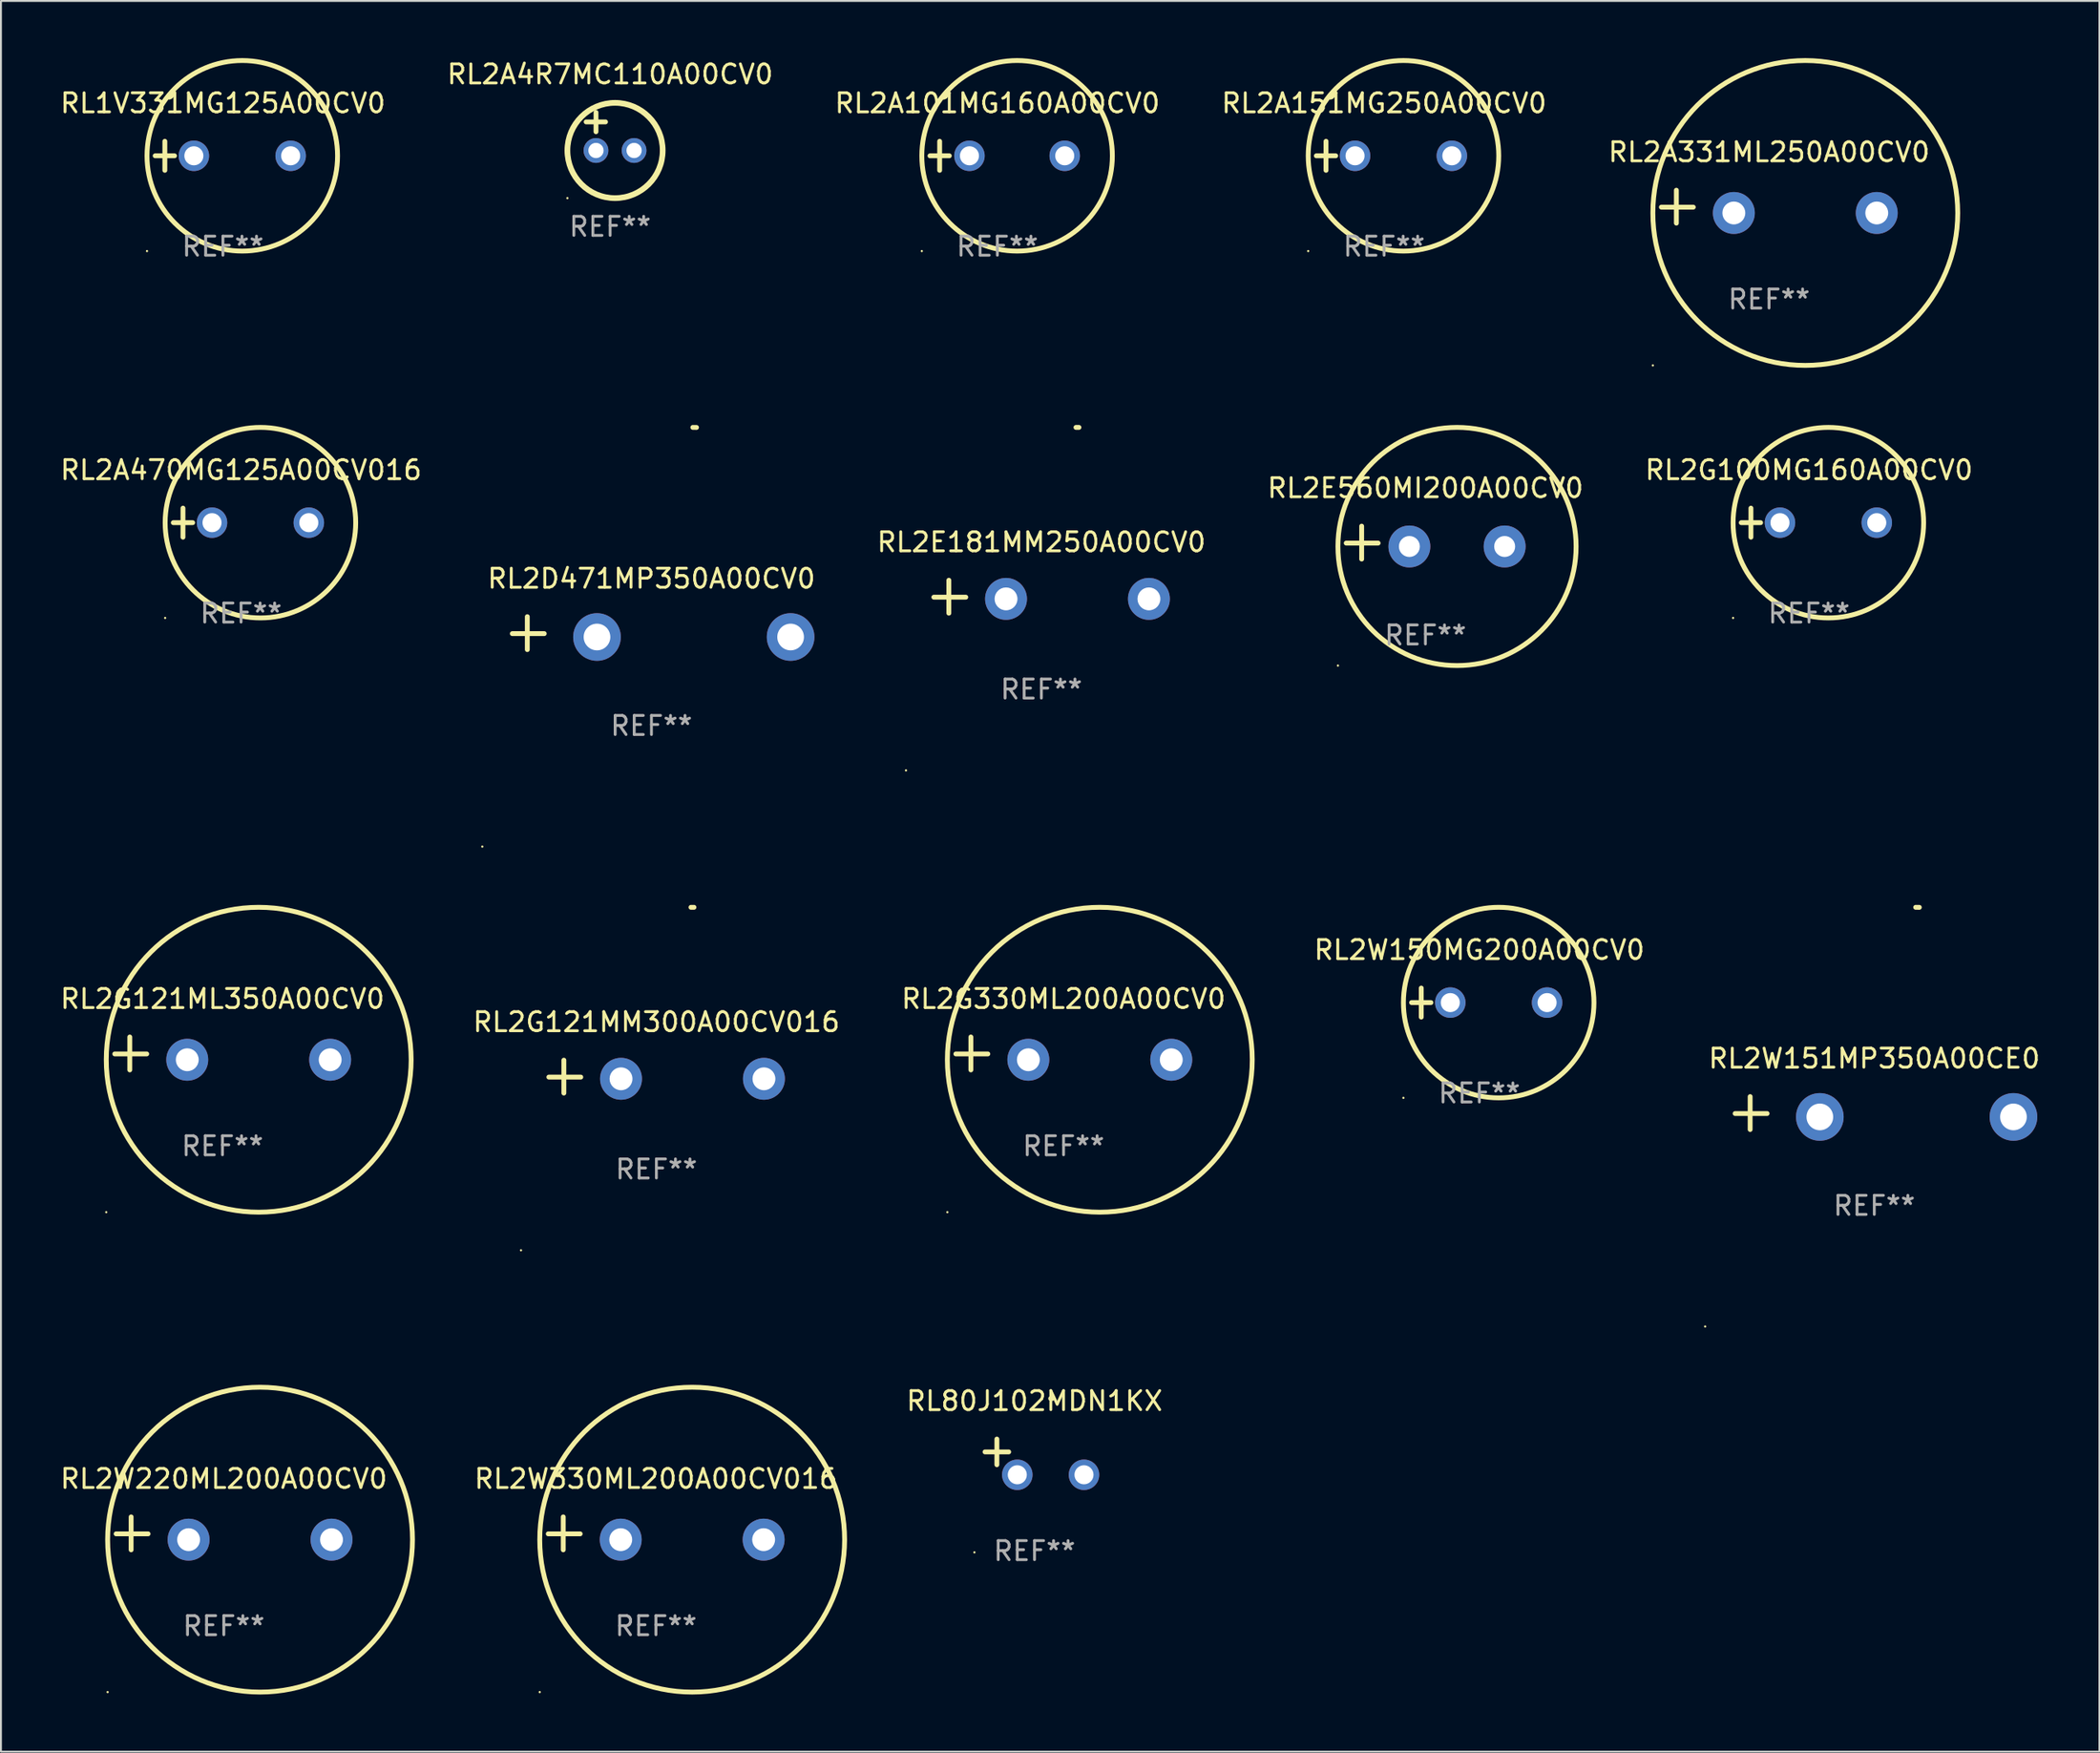
<source format=kicad_pcb>
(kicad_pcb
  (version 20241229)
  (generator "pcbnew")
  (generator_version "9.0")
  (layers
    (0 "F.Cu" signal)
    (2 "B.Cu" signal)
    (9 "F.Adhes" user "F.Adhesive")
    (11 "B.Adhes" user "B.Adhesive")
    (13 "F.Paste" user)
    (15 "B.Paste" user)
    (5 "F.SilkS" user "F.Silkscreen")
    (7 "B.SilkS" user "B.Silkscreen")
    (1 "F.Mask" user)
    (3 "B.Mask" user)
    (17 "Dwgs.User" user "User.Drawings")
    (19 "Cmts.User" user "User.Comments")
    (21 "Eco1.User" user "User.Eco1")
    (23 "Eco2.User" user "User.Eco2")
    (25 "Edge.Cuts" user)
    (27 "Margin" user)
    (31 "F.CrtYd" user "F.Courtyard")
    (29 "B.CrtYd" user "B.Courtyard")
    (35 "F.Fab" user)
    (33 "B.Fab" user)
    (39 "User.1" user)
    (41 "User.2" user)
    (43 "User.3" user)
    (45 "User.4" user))
  (footprint "RL2G121MM300A00CV016"
    (layer "F.Cu")
    (at 31.398 53.454)
    (property "Reference" "RL2G121MM300A00CV016" (at 0 -2.864 0) (layer "F.SilkS") (effects (font (size 1 1) (thickness 0.15))))
    (attr through_hole)
    (fp_line (start -4.856 0.864) (end -4.856 -0.864) (stroke (width 0.254) (type solid)) (layer "F.SilkS"))
    (fp_line (start -3.967 0.025) (end -5.644 0.025) (stroke (width 0.254) (type solid)) (layer "F.SilkS"))
    (fp_arc (start 1.815024 -8.885649) (mid 1.893764 -8.88599) (end 1.972504 -8.885649) (stroke (width 0.254001) (type solid)) (layer "F.SilkS"))
    (fp_circle (center -7.106 9.114) (end -7.076 9.114) (stroke (width 0.06) (type solid)) (fill no) (layer "F.SilkS"))
    (fp_text user "REF**" (at 0 4.864 0) (layer "F.Fab") (effects (font (size 1 1) (thickness 0.15))))
    (pad "1" thru_hole circle (at -1.856 0.114) (size 2.2 2.2) (drill 1.2) (layers "*.Cu" "*.Mask"))
    (pad "2" thru_hole circle (at 5.644 0.114) (size 2.2 2.2) (drill 1.2) (layers "*.Cu" "*.Mask")))
  (footprint "RL2E560MI200A00CV0"
    (layer "F.Cu")
    (at 71.758 25.428)
    (property "Reference" "RL2E560MI200A00CV0" (at 0 -2.864 0) (layer "F.SilkS") (effects (font (size 1 1) (thickness 0.15))))
    (attr through_hole)
    (fp_line (start -3.346 0.864) (end -3.346 -0.864) (stroke (width 0.254) (type solid)) (layer "F.SilkS"))
    (fp_line (start -2.482 0.025) (end -4.158 0.025) (stroke (width 0.254) (type solid)) (layer "F.SilkS"))
    (fp_circle (center -4.592 6.453) (end -4.562 6.453) (stroke (width 0.06) (type solid)) (fill no) (layer "F.SilkS"))
    (fp_circle (center 1.658 0.203) (end 7.908 0.203) (stroke (width 0.254) (type solid)) (fill no) (layer "F.SilkS"))
    (fp_text user "REF**" (at 0 4.864 0) (layer "F.Fab") (effects (font (size 1 1) (thickness 0.15))))
    (pad "1" thru_hole circle (at -0.842 0.203) (size 2.2 2.2) (drill 1.1) (layers "*.Cu" "*.Mask"))
    (pad "2" thru_hole circle (at 4.158 0.203) (size 2.2 2.2) (drill 1.1) (layers "*.Cu" "*.Mask")))
  (footprint "RL2G330ML200A00CV0"
    (layer "F.Cu")
    (at 52.767 52.238)
    (property "Reference" "RL2G330ML200A00CV0" (at 0 -2.864 0) (layer "F.SilkS") (effects (font (size 1 1) (thickness 0.15))))
    (attr through_hole)
    (fp_line (start -4.864 0.864) (end -4.864 -0.864) (stroke (width 0.254) (type solid)) (layer "F.SilkS"))
    (fp_line (start -3.975 0.025) (end -5.652 0.025) (stroke (width 0.254) (type solid)) (layer "F.SilkS"))
    (fp_circle (center -6.098 8.33) (end -6.068 8.33) (stroke (width 0.06) (type solid)) (fill no) (layer "F.SilkS"))
    (fp_circle (center 1.902 0.33) (end 9.902 0.33) (stroke (width 0.254) (type solid)) (fill no) (layer "F.SilkS"))
    (fp_text user "REF**" (at 0 4.864 0) (layer "F.Fab") (effects (font (size 1 1) (thickness 0.15))))
    (pad "1" thru_hole circle (at -1.848 0.33) (size 2.2 2.2) (drill 1.2) (layers "*.Cu" "*.Mask"))
    (pad "2" thru_hole circle (at 5.652 0.33) (size 2.2 2.2) (drill 1.2) (layers "*.Cu" "*.Mask")))
  (footprint "RL2W220ML200A00CV0"
    (layer "F.Cu")
    (at 8.696 77.425)
    (property "Reference" "RL2W220ML200A00CV0" (at 0 -2.864 0) (layer "F.SilkS") (effects (font (size 1 1) (thickness 0.15))))
    (attr through_hole)
    (fp_line (start -4.864 0.864) (end -4.864 -0.864) (stroke (width 0.254) (type solid)) (layer "F.SilkS"))
    (fp_line (start -3.975 0.025) (end -5.652 0.025) (stroke (width 0.254) (type solid)) (layer "F.SilkS"))
    (fp_circle (center -6.098 8.33) (end -6.068 8.33) (stroke (width 0.06) (type solid)) (fill no) (layer "F.SilkS"))
    (fp_circle (center 1.902 0.33) (end 9.902 0.33) (stroke (width 0.254) (type solid)) (fill no) (layer "F.SilkS"))
    (fp_text user "REF**" (at 0 4.864 0) (layer "F.Fab") (effects (font (size 1 1) (thickness 0.15))))
    (pad "1" thru_hole circle (at -1.848 0.33) (size 2.2 2.2) (drill 1.2) (layers "*.Cu" "*.Mask"))
    (pad "2" thru_hole circle (at 5.652 0.33) (size 2.2 2.2) (drill 1.2) (layers "*.Cu" "*.Mask")))
  (footprint "RL2W330ML200A00CV016"
    (layer "F.Cu")
    (at 31.374 77.425)
    (property "Reference" "RL2W330ML200A00CV016" (at 0 -2.864 0) (layer "F.SilkS") (effects (font (size 1 1) (thickness 0.15))))
    (attr through_hole)
    (fp_line (start -4.864 0.864) (end -4.864 -0.864) (stroke (width 0.254) (type solid)) (layer "F.SilkS"))
    (fp_line (start -3.975 0.025) (end -5.652 0.025) (stroke (width 0.254) (type solid)) (layer "F.SilkS"))
    (fp_circle (center -6.098 8.33) (end -6.068 8.33) (stroke (width 0.06) (type solid)) (fill no) (layer "F.SilkS"))
    (fp_circle (center 1.902 0.33) (end 9.902 0.33) (stroke (width 0.254) (type solid)) (fill no) (layer "F.SilkS"))
    (fp_text user "REF**" (at 0 4.864 0) (layer "F.Fab") (effects (font (size 1 1) (thickness 0.15))))
    (pad "1" thru_hole circle (at -1.848 0.33) (size 2.2 2.2) (drill 1.2) (layers "*.Cu" "*.Mask"))
    (pad "2" thru_hole circle (at 5.652 0.33) (size 2.2 2.2) (drill 1.2) (layers "*.Cu" "*.Mask")))
  (footprint "RL2A470MG125A00CV016"
    (layer "F.Cu")
    (at 9.601 24.381)
    (property "Reference" "RL2A470MG125A00CV016" (at 0 -2.762 0) (layer "F.SilkS") (effects (font (size 1 1) (thickness 0.15))))
    (attr through_hole)
    (fp_line (start -3.556 0) (end -2.54 0) (stroke (width 0.254) (type solid)) (layer "F.SilkS"))
    (fp_line (start -3.048 -0.762) (end -3.048 0.762) (stroke (width 0.254) (type solid)) (layer "F.SilkS"))
    (fp_circle (center -3.984 5) (end -3.954 5) (stroke (width 0.06) (type solid)) (fill no) (layer "F.SilkS"))
    (fp_circle (center 1.016 0) (end 6.016 0) (stroke (width 0.254) (type solid)) (fill no) (layer "F.SilkS"))
    (fp_text user "REF**" (at 0 4.762 0) (layer "F.Fab") (effects (font (size 1 1) (thickness 0.15))))
    (pad "1" thru_hole circle (at -1.524 0) (size 1.6 1.6) (drill 1) (layers "*.Cu" "*.Mask"))
    (pad "2" thru_hole circle (at 3.556 0) (size 1.6 1.6) (drill 1) (layers "*.Cu" "*.Mask")))
  (footprint "RL2W150MG200A00CV0"
    (layer "F.Cu")
    (at 74.587 49.568)
    (property "Reference" "RL2W150MG200A00CV0" (at 0 -2.762 0) (layer "F.SilkS") (effects (font (size 1 1) (thickness 0.15))))
    (attr through_hole)
    (fp_line (start -3.556 0) (end -2.54 0) (stroke (width 0.254) (type solid)) (layer "F.SilkS"))
    (fp_line (start -3.048 -0.762) (end -3.048 0.762) (stroke (width 0.254) (type solid)) (layer "F.SilkS"))
    (fp_circle (center -3.984 5) (end -3.954 5) (stroke (width 0.06) (type solid)) (fill no) (layer "F.SilkS"))
    (fp_circle (center 1.016 0) (end 6.016 0) (stroke (width 0.254) (type solid)) (fill no) (layer "F.SilkS"))
    (fp_text user "REF**" (at 0 4.762 0) (layer "F.Fab") (effects (font (size 1 1) (thickness 0.15))))
    (pad "1" thru_hole circle (at -1.524 0) (size 1.6 1.6) (drill 1) (layers "*.Cu" "*.Mask"))
    (pad "2" thru_hole circle (at 3.556 0) (size 1.6 1.6) (drill 1) (layers "*.Cu" "*.Mask")))
  (footprint "RL2G121ML350A00CV0"
    (layer "F.Cu")
    (at 8.625 52.238)
    (property "Reference" "RL2G121ML350A00CV0" (at 0 -2.864 0) (layer "F.SilkS") (effects (font (size 1 1) (thickness 0.15))))
    (attr through_hole)
    (fp_line (start -4.864 0.864) (end -4.864 -0.864) (stroke (width 0.254) (type solid)) (layer "F.SilkS"))
    (fp_line (start -3.975 0.025) (end -5.652 0.025) (stroke (width 0.254) (type solid)) (layer "F.SilkS"))
    (fp_circle (center -6.098 8.33) (end -6.068 8.33) (stroke (width 0.06) (type solid)) (fill no) (layer "F.SilkS"))
    (fp_circle (center 1.902 0.33) (end 9.902 0.33) (stroke (width 0.254) (type solid)) (fill no) (layer "F.SilkS"))
    (fp_text user "REF**" (at 0 4.864 0) (layer "F.Fab") (effects (font (size 1 1) (thickness 0.15))))
    (pad "1" thru_hole circle (at -1.848 0.33) (size 2.2 2.2) (drill 1.2) (layers "*.Cu" "*.Mask"))
    (pad "2" thru_hole circle (at 5.652 0.33) (size 2.2 2.2) (drill 1.2) (layers "*.Cu" "*.Mask")))
  (footprint "RL2E181MM250A00CV0"
    (layer "F.Cu")
    (at 51.603 28.267)
    (property "Reference" "RL2E181MM250A00CV0" (at 0 -2.864 0) (layer "F.SilkS") (effects (font (size 1 1) (thickness 0.15))))
    (attr through_hole)
    (fp_line (start -4.856 0.864) (end -4.856 -0.864) (stroke (width 0.254) (type solid)) (layer "F.SilkS"))
    (fp_line (start -3.967 0.025) (end -5.644 0.025) (stroke (width 0.254) (type solid)) (layer "F.SilkS"))
    (fp_arc (start 1.815024 -8.885649) (mid 1.893764 -8.88599) (end 1.972504 -8.885649) (stroke (width 0.254001) (type solid)) (layer "F.SilkS"))
    (fp_circle (center -7.106 9.114) (end -7.076 9.114) (stroke (width 0.06) (type solid)) (fill no) (layer "F.SilkS"))
    (fp_text user "REF**" (at 0 4.864 0) (layer "F.Fab") (effects (font (size 1 1) (thickness 0.15))))
    (pad "1" thru_hole circle (at -1.856 0.114) (size 2.2 2.2) (drill 1.2) (layers "*.Cu" "*.Mask"))
    (pad "2" thru_hole circle (at 5.644 0.114) (size 2.2 2.2) (drill 1.2) (layers "*.Cu" "*.Mask")))
  (footprint "RL2G100MG160A00CV0"
    (layer "F.Cu")
    (at 91.889 24.381)
    (property "Reference" "RL2G100MG160A00CV0" (at 0 -2.762 0) (layer "F.SilkS") (effects (font (size 1 1) (thickness 0.15))))
    (attr through_hole)
    (fp_line (start -3.556 0) (end -2.54 0) (stroke (width 0.254) (type solid)) (layer "F.SilkS"))
    (fp_line (start -3.048 -0.762) (end -3.048 0.762) (stroke (width 0.254) (type solid)) (layer "F.SilkS"))
    (fp_circle (center -3.984 5) (end -3.954 5) (stroke (width 0.06) (type solid)) (fill no) (layer "F.SilkS"))
    (fp_circle (center 1.016 0) (end 6.016 0) (stroke (width 0.254) (type solid)) (fill no) (layer "F.SilkS"))
    (fp_text user "REF**" (at 0 4.762 0) (layer "F.Fab") (effects (font (size 1 1) (thickness 0.15))))
    (pad "1" thru_hole circle (at -1.524 0) (size 1.6 1.6) (drill 1) (layers "*.Cu" "*.Mask"))
    (pad "2" thru_hole circle (at 3.556 0) (size 1.6 1.6) (drill 1) (layers "*.Cu" "*.Mask")))
  (footprint "RL2A151MG250A00CV0"
    (layer "F.Cu")
    (at 69.589 5.127)
    (property "Reference" "RL2A151MG250A00CV0" (at 0 -2.762 0) (layer "F.SilkS") (effects (font (size 1 1) (thickness 0.15))))
    (attr through_hole)
    (fp_line (start -3.556 0) (end -2.54 0) (stroke (width 0.254) (type solid)) (layer "F.SilkS"))
    (fp_line (start -3.048 -0.762) (end -3.048 0.762) (stroke (width 0.254) (type solid)) (layer "F.SilkS"))
    (fp_circle (center -3.984 5) (end -3.954 5) (stroke (width 0.06) (type solid)) (fill no) (layer "F.SilkS"))
    (fp_circle (center 1.016 0) (end 6.016 0) (stroke (width 0.254) (type solid)) (fill no) (layer "F.SilkS"))
    (fp_text user "REF**" (at 0 4.762 0) (layer "F.Fab") (effects (font (size 1 1) (thickness 0.15))))
    (pad "1" thru_hole circle (at -1.524 0) (size 1.6 1.6) (drill 1) (layers "*.Cu" "*.Mask"))
    (pad "2" thru_hole circle (at 3.556 0) (size 1.6 1.6) (drill 1) (layers "*.Cu" "*.Mask")))
  (footprint "RL80J102MDN1KX"
    (layer "F.Cu")
    (at 51.242 73.413)
    (property "Reference" "RL80J102MDN1KX" (at 0 -2.937 0) (layer "F.SilkS") (effects (font (size 1 1) (thickness 0.15))))
    (attr through_hole)
    (fp_line (start -1.975 0.41) (end -1.975 -0.937) (stroke (width 0.254) (type solid)) (layer "F.SilkS"))
    (fp_line (start -1.353 -0.263) (end -2.597 -0.263) (stroke (width 0.254) (type solid)) (layer "F.SilkS"))
    (fp_arc (start 0.849809 -3.063957) (mid 0.885369 -3.064114) (end 0.920929 -3.063957) (stroke (width 0.254001) (type solid)) (layer "F.SilkS"))
    (fp_circle (center -3.154 5.008) (end -3.124 5.008) (stroke (width 0.06) (type solid)) (fill no) (layer "F.SilkS"))
    (fp_text user "REF**" (at 0 4.937 0) (layer "F.Fab") (effects (font (size 1 1) (thickness 0.15))))
    (pad "1" thru_hole circle (at -0.903 0.937) (size 1.6 1.6) (drill 1) (layers "*.Cu" "*.Mask"))
    (pad "2" thru_hole circle (at 2.597 0.937) (size 1.6 1.6) (drill 1) (layers "*.Cu" "*.Mask")))
  (footprint "RL2A331ML250A00CV0"
    (layer "F.Cu")
    (at 89.792 7.797)
    (property "Reference" "RL2A331ML250A00CV0" (at 0 -2.864 0) (layer "F.SilkS") (effects (font (size 1 1) (thickness 0.15))))
    (attr through_hole)
    (fp_line (start -4.864 0.864) (end -4.864 -0.864) (stroke (width 0.254) (type solid)) (layer "F.SilkS"))
    (fp_line (start -3.975 0.025) (end -5.652 0.025) (stroke (width 0.254) (type solid)) (layer "F.SilkS"))
    (fp_circle (center -6.098 8.33) (end -6.068 8.33) (stroke (width 0.06) (type solid)) (fill no) (layer "F.SilkS"))
    (fp_circle (center 1.902 0.33) (end 9.902 0.33) (stroke (width 0.254) (type solid)) (fill no) (layer "F.SilkS"))
    (fp_text user "REF**" (at 0 4.864 0) (layer "F.Fab") (effects (font (size 1 1) (thickness 0.15))))
    (pad "1" thru_hole circle (at -1.848 0.33) (size 2.2 2.2) (drill 1.2) (layers "*.Cu" "*.Mask"))
    (pad "2" thru_hole circle (at 5.652 0.33) (size 2.2 2.2) (drill 1.2) (layers "*.Cu" "*.Mask")))
  (footprint "RL2W151MP350A00CE0"
    (layer "F.Cu")
    (at 95.315 55.366)
    (property "Reference" "RL2W151MP350A00CE0" (at 0 -2.864 0) (layer "F.SilkS") (effects (font (size 1 1) (thickness 0.15))))
    (attr through_hole)
    (fp_line (start -6.515 0.864) (end -6.515 -0.864) (stroke (width 0.254) (type solid)) (layer "F.SilkS"))
    (fp_line (start -5.626 0.025) (end -7.303 0.025) (stroke (width 0.254) (type solid)) (layer "F.SilkS"))
    (fp_arc (start 2.171704 -10.797562) (mid 2.268229 -10.796706) (end 2.364744 -10.795022) (stroke (width 0.254001) (type solid)) (layer "F.SilkS"))
    (fp_circle (center -8.877 11.202) (end -8.847 11.202) (stroke (width 0.06) (type solid)) (fill no) (layer "F.SilkS"))
    (fp_text user "REF**" (at 0 4.864 0) (layer "F.Fab") (effects (font (size 1 1) (thickness 0.15))))
    (pad "1" thru_hole circle (at -2.858 0.203) (size 2.5 2.5) (drill 1.4) (layers "*.Cu" "*.Mask"))
    (pad "2" thru_hole circle (at 7.303 0.203) (size 2.5 2.5) (drill 1.4) (layers "*.Cu" "*.Mask")))
  (footprint "RL2D471MP350A00CV0"
    (layer "F.Cu")
    (at 31.139 30.179)
    (property "Reference" "RL2D471MP350A00CV0" (at 0 -2.864 0) (layer "F.SilkS") (effects (font (size 1 1) (thickness 0.15))))
    (attr through_hole)
    (fp_line (start -6.515 0.864) (end -6.515 -0.864) (stroke (width 0.254) (type solid)) (layer "F.SilkS"))
    (fp_line (start -5.626 0.025) (end -7.303 0.025) (stroke (width 0.254) (type solid)) (layer "F.SilkS"))
    (fp_arc (start 2.171704 -10.797562) (mid 2.268229 -10.796706) (end 2.364744 -10.795022) (stroke (width 0.254001) (type solid)) (layer "F.SilkS"))
    (fp_circle (center -8.877 11.202) (end -8.847 11.202) (stroke (width 0.06) (type solid)) (fill no) (layer "F.SilkS"))
    (fp_text user "REF**" (at 0 4.864 0) (layer "F.Fab") (effects (font (size 1 1) (thickness 0.15))))
    (pad "1" thru_hole circle (at -2.858 0.203) (size 2.5 2.5) (drill 1.4) (layers "*.Cu" "*.Mask"))
    (pad "2" thru_hole circle (at 7.303 0.203) (size 2.5 2.5) (drill 1.4) (layers "*.Cu" "*.Mask")))
  (footprint "RL1V331MG125A00CV0"
    (layer "F.Cu")
    (at 8.649 5.127)
    (property "Reference" "RL1V331MG125A00CV0" (at 0 -2.762 0) (layer "F.SilkS") (effects (font (size 1 1) (thickness 0.15))))
    (attr through_hole)
    (fp_line (start -3.556 0) (end -2.54 0) (stroke (width 0.254) (type solid)) (layer "F.SilkS"))
    (fp_line (start -3.048 -0.762) (end -3.048 0.762) (stroke (width 0.254) (type solid)) (layer "F.SilkS"))
    (fp_circle (center -3.984 5) (end -3.954 5) (stroke (width 0.06) (type solid)) (fill no) (layer "F.SilkS"))
    (fp_circle (center 1.016 0) (end 6.016 0) (stroke (width 0.254) (type solid)) (fill no) (layer "F.SilkS"))
    (fp_text user "REF**" (at 0 4.762 0) (layer "F.Fab") (effects (font (size 1 1) (thickness 0.15))))
    (pad "1" thru_hole circle (at -1.524 0) (size 1.6 1.6) (drill 1) (layers "*.Cu" "*.Mask"))
    (pad "2" thru_hole circle (at 3.556 0) (size 1.6 1.6) (drill 1) (layers "*.Cu" "*.Mask")))
  (footprint "RL2A101MG160A00CV0"
    (layer "F.Cu")
    (at 49.292 5.127)
    (property "Reference" "RL2A101MG160A00CV0" (at 0 -2.762 0) (layer "F.SilkS") (effects (font (size 1 1) (thickness 0.15))))
    (attr through_hole)
    (fp_line (start -3.536 0) (end -2.52 0) (stroke (width 0.254) (type solid)) (layer "F.SilkS"))
    (fp_line (start -3.028 -0.762) (end -3.028 0.762) (stroke (width 0.254) (type solid)) (layer "F.SilkS"))
    (fp_circle (center -3.964 5) (end -3.934 5) (stroke (width 0.06) (type solid)) (fill no) (layer "F.SilkS"))
    (fp_circle (center 1.036 0) (end 6.036 0) (stroke (width 0.254) (type solid)) (fill no) (layer "F.SilkS"))
    (fp_text user "REF**" (at 0 4.762 0) (layer "F.Fab") (effects (font (size 1 1) (thickness 0.15))))
    (pad "1" thru_hole circle (at -1.464 0) (size 1.6 1.6) (drill 1) (layers "*.Cu" "*.Mask"))
    (pad "2" thru_hole circle (at 3.536 0) (size 1.6 1.6) (drill 1) (layers "*.Cu" "*.Mask")))
  (footprint "RL2A4R7MC110A00CV0"
    (layer "F.Cu")
    (at 28.97 3.848)
    (property "Reference" "RL2A4R7MC110A00CV0" (at 0 -3 0) (layer "F.SilkS") (effects (font (size 1 1) (thickness 0.15))))
    (attr through_hole)
    (fp_line (start -1.258 -0.5) (end -0.242 -0.5) (stroke (width 0.254) (type solid)) (layer "F.SilkS"))
    (fp_line (start -0.742 -1) (end -0.742 0.016) (stroke (width 0.254) (type solid)) (layer "F.SilkS"))
    (fp_circle (center -2.242 3.5) (end -2.212 3.5) (stroke (width 0.06) (type solid)) (fill no) (layer "F.SilkS"))
    (fp_circle (center 0.258 1) (end 2.758 1) (stroke (width 0.3) (type solid)) (fill no) (layer "F.SilkS"))
    (fp_text user "REF**" (at 0 5 0) (layer "F.Fab") (effects (font (size 1 1) (thickness 0.15))))
    (pad "1" thru_hole circle (at -0.742 1) (size 1.3 1.3) (drill 0.8) (layers "*.Cu" "*.Mask"))
    (pad "2" thru_hole circle (at 1.258 1) (size 1.3 1.3) (drill 0.8) (layers "*.Cu" "*.Mask")))
  (gr_rect
    (start -3 -3)
    (end 107.131 88.882)
    (stroke (width 0.1) (type default))
    (fill no)
    (layer "Edge.Cuts")))
</source>
